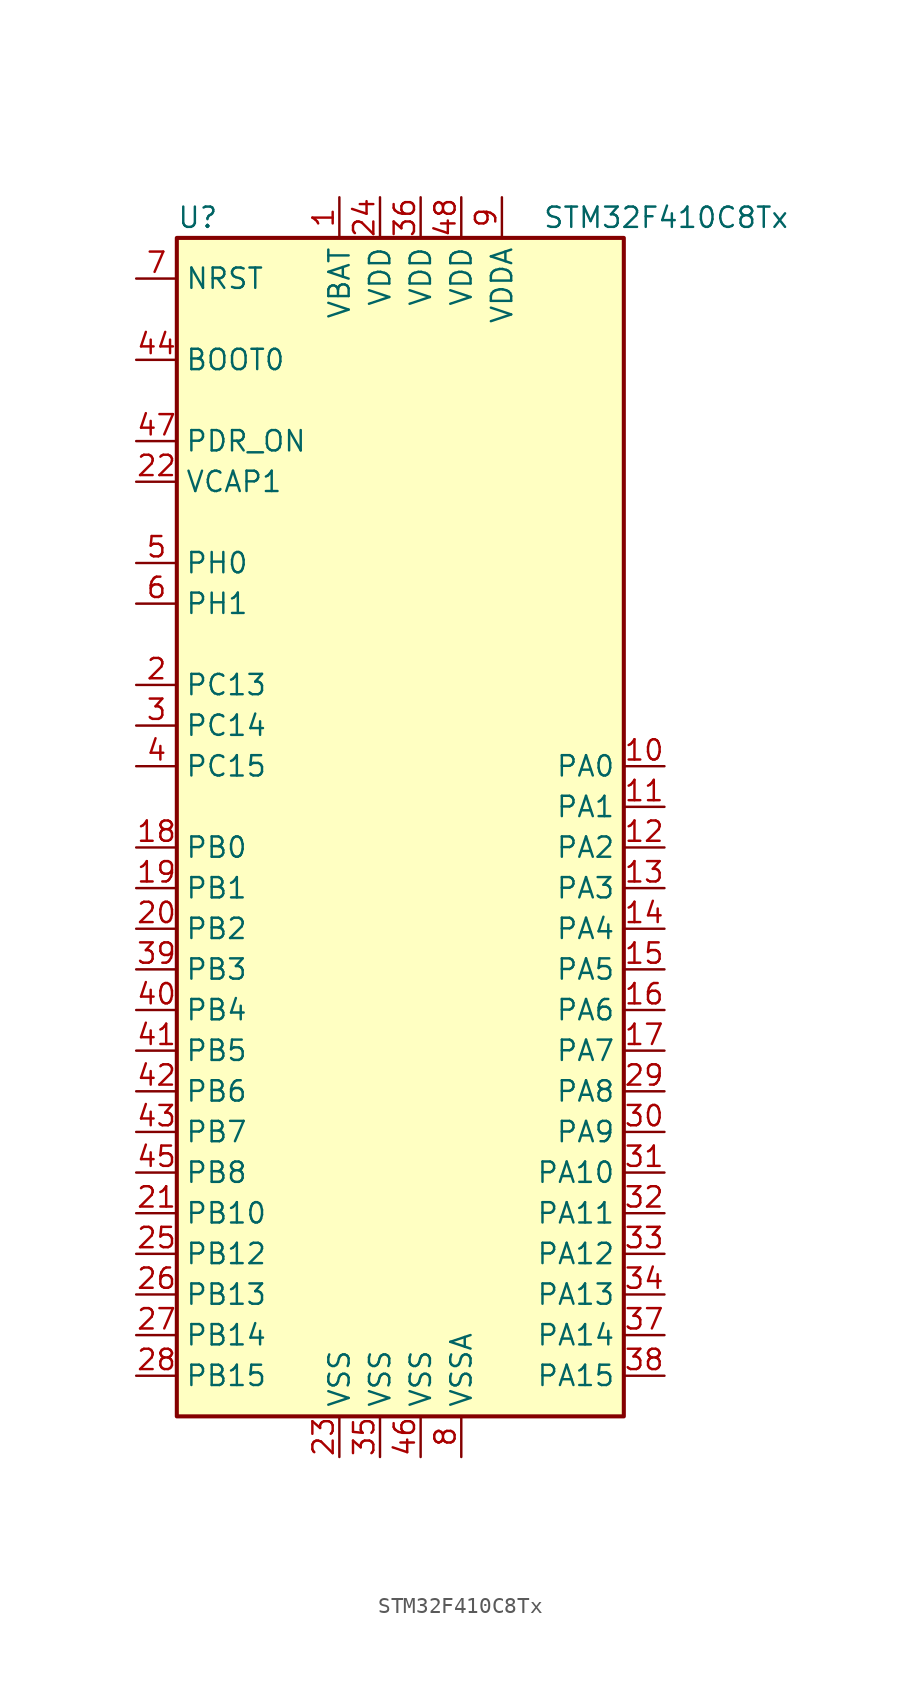
<source format=kicad_sym>
(kicad_symbol_lib
  (version 20201005)
  (generator kicad_symbol_editor)
  (symbol "STM32F410C8Tx"
    (property "Reference" "U"
      (at -15.24 36.83 0)
      (effects (font (size 1.27 1.27)) (justify left)))
    (property "Value" "STM32F410C8Tx"
      (at 7.62 36.83 0)
      (effects (font (size 1.27 1.27)) (justify left)))
    (symbol "STM32F410C8Tx_0_1"
      (rectangle (start -15.24 -38.1) (end 12.7 35.56) (stroke (width 0.254)) (fill (type background))))
    (symbol "STM32F410C8Tx_1_1"
      (pin power_in line (at -5.08 38.1 270) (length 2.54) (name "VBAT" (effects (font (size 1.27 1.27)))) (number "1" (effects (font (size 1.27 1.27)))))
      (pin bidirectional line (at 15.24 2.54 180) (length 2.54) (name "PA0" (effects (font (size 1.27 1.27)))) (number "10" (effects (font (size 1.27 1.27)))))
      (pin bidirectional line (at 15.24 0 180) (length 2.54) (name "PA1" (effects (font (size 1.27 1.27)))) (number "11" (effects (font (size 1.27 1.27)))))
      (pin bidirectional line (at 15.24 -2.54 180) (length 2.54) (name "PA2" (effects (font (size 1.27 1.27)))) (number "12" (effects (font (size 1.27 1.27)))))
      (pin bidirectional line (at 15.24 -5.08 180) (length 2.54) (name "PA3" (effects (font (size 1.27 1.27)))) (number "13" (effects (font (size 1.27 1.27)))))
      (pin bidirectional line (at 15.24 -7.62 180) (length 2.54) (name "PA4" (effects (font (size 1.27 1.27)))) (number "14" (effects (font (size 1.27 1.27)))))
      (pin bidirectional line (at 15.24 -10.16 180) (length 2.54) (name "PA5" (effects (font (size 1.27 1.27)))) (number "15" (effects (font (size 1.27 1.27)))))
      (pin bidirectional line (at 15.24 -12.7 180) (length 2.54) (name "PA6" (effects (font (size 1.27 1.27)))) (number "16" (effects (font (size 1.27 1.27)))))
      (pin bidirectional line (at 15.24 -15.24 180) (length 2.54) (name "PA7" (effects (font (size 1.27 1.27)))) (number "17" (effects (font (size 1.27 1.27)))))
      (pin bidirectional line (at -17.78 -2.54 0) (length 2.54) (name "PB0" (effects (font (size 1.27 1.27)))) (number "18" (effects (font (size 1.27 1.27)))))
      (pin bidirectional line (at -17.78 -5.08 0) (length 2.54) (name "PB1" (effects (font (size 1.27 1.27)))) (number "19" (effects (font (size 1.27 1.27)))))
      (pin bidirectional line (at -17.78 7.62 0) (length 2.54) (name "PC13" (effects (font (size 1.27 1.27)))) (number "2" (effects (font (size 1.27 1.27)))))
      (pin bidirectional line (at -17.78 -7.62 0) (length 2.54) (name "PB2" (effects (font (size 1.27 1.27)))) (number "20" (effects (font (size 1.27 1.27)))))
      (pin bidirectional line (at -17.78 -25.4 0) (length 2.54) (name "PB10" (effects (font (size 1.27 1.27)))) (number "21" (effects (font (size 1.27 1.27)))))
      (pin power_in line (at -17.78 20.32 0) (length 2.54) (name "VCAP1" (effects (font (size 1.27 1.27)))) (number "22" (effects (font (size 1.27 1.27)))))
      (pin power_in line (at -5.08 -40.64 90) (length 2.54) (name "VSS" (effects (font (size 1.27 1.27)))) (number "23" (effects (font (size 1.27 1.27)))))
      (pin power_in line (at -2.54 38.1 270) (length 2.54) (name "VDD" (effects (font (size 1.27 1.27)))) (number "24" (effects (font (size 1.27 1.27)))))
      (pin bidirectional line (at -17.78 -27.94 0) (length 2.54) (name "PB12" (effects (font (size 1.27 1.27)))) (number "25" (effects (font (size 1.27 1.27)))))
      (pin bidirectional line (at -17.78 -30.48 0) (length 2.54) (name "PB13" (effects (font (size 1.27 1.27)))) (number "26" (effects (font (size 1.27 1.27)))))
      (pin bidirectional line (at -17.78 -33.02 0) (length 2.54) (name "PB14" (effects (font (size 1.27 1.27)))) (number "27" (effects (font (size 1.27 1.27)))))
      (pin bidirectional line (at -17.78 -35.56 0) (length 2.54) (name "PB15" (effects (font (size 1.27 1.27)))) (number "28" (effects (font (size 1.27 1.27)))))
      (pin bidirectional line (at 15.24 -17.78 180) (length 2.54) (name "PA8" (effects (font (size 1.27 1.27)))) (number "29" (effects (font (size 1.27 1.27)))))
      (pin bidirectional line (at -17.78 5.08 0) (length 2.54) (name "PC14" (effects (font (size 1.27 1.27)))) (number "3" (effects (font (size 1.27 1.27)))))
      (pin bidirectional line (at 15.24 -20.32 180) (length 2.54) (name "PA9" (effects (font (size 1.27 1.27)))) (number "30" (effects (font (size 1.27 1.27)))))
      (pin bidirectional line (at 15.24 -22.86 180) (length 2.54) (name "PA10" (effects (font (size 1.27 1.27)))) (number "31" (effects (font (size 1.27 1.27)))))
      (pin bidirectional line (at 15.24 -25.4 180) (length 2.54) (name "PA11" (effects (font (size 1.27 1.27)))) (number "32" (effects (font (size 1.27 1.27)))))
      (pin bidirectional line (at 15.24 -27.94 180) (length 2.54) (name "PA12" (effects (font (size 1.27 1.27)))) (number "33" (effects (font (size 1.27 1.27)))))
      (pin bidirectional line (at 15.24 -30.48 180) (length 2.54) (name "PA13" (effects (font (size 1.27 1.27)))) (number "34" (effects (font (size 1.27 1.27)))))
      (pin power_in line (at -2.54 -40.64 90) (length 2.54) (name "VSS" (effects (font (size 1.27 1.27)))) (number "35" (effects (font (size 1.27 1.27)))))
      (pin power_in line (at 0 38.1 270) (length 2.54) (name "VDD" (effects (font (size 1.27 1.27)))) (number "36" (effects (font (size 1.27 1.27)))))
      (pin bidirectional line (at 15.24 -33.02 180) (length 2.54) (name "PA14" (effects (font (size 1.27 1.27)))) (number "37" (effects (font (size 1.27 1.27)))))
      (pin bidirectional line (at 15.24 -35.56 180) (length 2.54) (name "PA15" (effects (font (size 1.27 1.27)))) (number "38" (effects (font (size 1.27 1.27)))))
      (pin bidirectional line (at -17.78 -10.16 0) (length 2.54) (name "PB3" (effects (font (size 1.27 1.27)))) (number "39" (effects (font (size 1.27 1.27)))))
      (pin bidirectional line (at -17.78 2.54 0) (length 2.54) (name "PC15" (effects (font (size 1.27 1.27)))) (number "4" (effects (font (size 1.27 1.27)))))
      (pin bidirectional line (at -17.78 -12.7 0) (length 2.54) (name "PB4" (effects (font (size 1.27 1.27)))) (number "40" (effects (font (size 1.27 1.27)))))
      (pin bidirectional line (at -17.78 -15.24 0) (length 2.54) (name "PB5" (effects (font (size 1.27 1.27)))) (number "41" (effects (font (size 1.27 1.27)))))
      (pin bidirectional line (at -17.78 -17.78 0) (length 2.54) (name "PB6" (effects (font (size 1.27 1.27)))) (number "42" (effects (font (size 1.27 1.27)))))
      (pin bidirectional line (at -17.78 -20.32 0) (length 2.54) (name "PB7" (effects (font (size 1.27 1.27)))) (number "43" (effects (font (size 1.27 1.27)))))
      (pin input line (at -17.78 27.94 0) (length 2.54) (name "BOOT0" (effects (font (size 1.27 1.27)))) (number "44" (effects (font (size 1.27 1.27)))))
      (pin bidirectional line (at -17.78 -22.86 0) (length 2.54) (name "PB8" (effects (font (size 1.27 1.27)))) (number "45" (effects (font (size 1.27 1.27)))))
      (pin power_in line (at 0 -40.64 90) (length 2.54) (name "VSS" (effects (font (size 1.27 1.27)))) (number "46" (effects (font (size 1.27 1.27)))))
      (pin power_in line (at -17.78 22.86 0) (length 2.54) (name "PDR_ON" (effects (font (size 1.27 1.27)))) (number "47" (effects (font (size 1.27 1.27)))))
      (pin power_in line (at 2.54 38.1 270) (length 2.54) (name "VDD" (effects (font (size 1.27 1.27)))) (number "48" (effects (font (size 1.27 1.27)))))
      (pin input line (at -17.78 15.24 0) (length 2.54) (name "PH0" (effects (font (size 1.27 1.27)))) (number "5" (effects (font (size 1.27 1.27)))))
      (pin input line (at -17.78 12.7 0) (length 2.54) (name "PH1" (effects (font (size 1.27 1.27)))) (number "6" (effects (font (size 1.27 1.27)))))
      (pin input line (at -17.78 33.02 0) (length 2.54) (name "NRST" (effects (font (size 1.27 1.27)))) (number "7" (effects (font (size 1.27 1.27)))))
      (pin power_in line (at 2.54 -40.64 90) (length 2.54) (name "VSSA" (effects (font (size 1.27 1.27)))) (number "8" (effects (font (size 1.27 1.27)))))
      (pin power_in line (at 5.08 38.1 270) (length 2.54) (name "VDDA" (effects (font (size 1.27 1.27)))) (number "9" (effects (font (size 1.27 1.27))))))))
</source>
